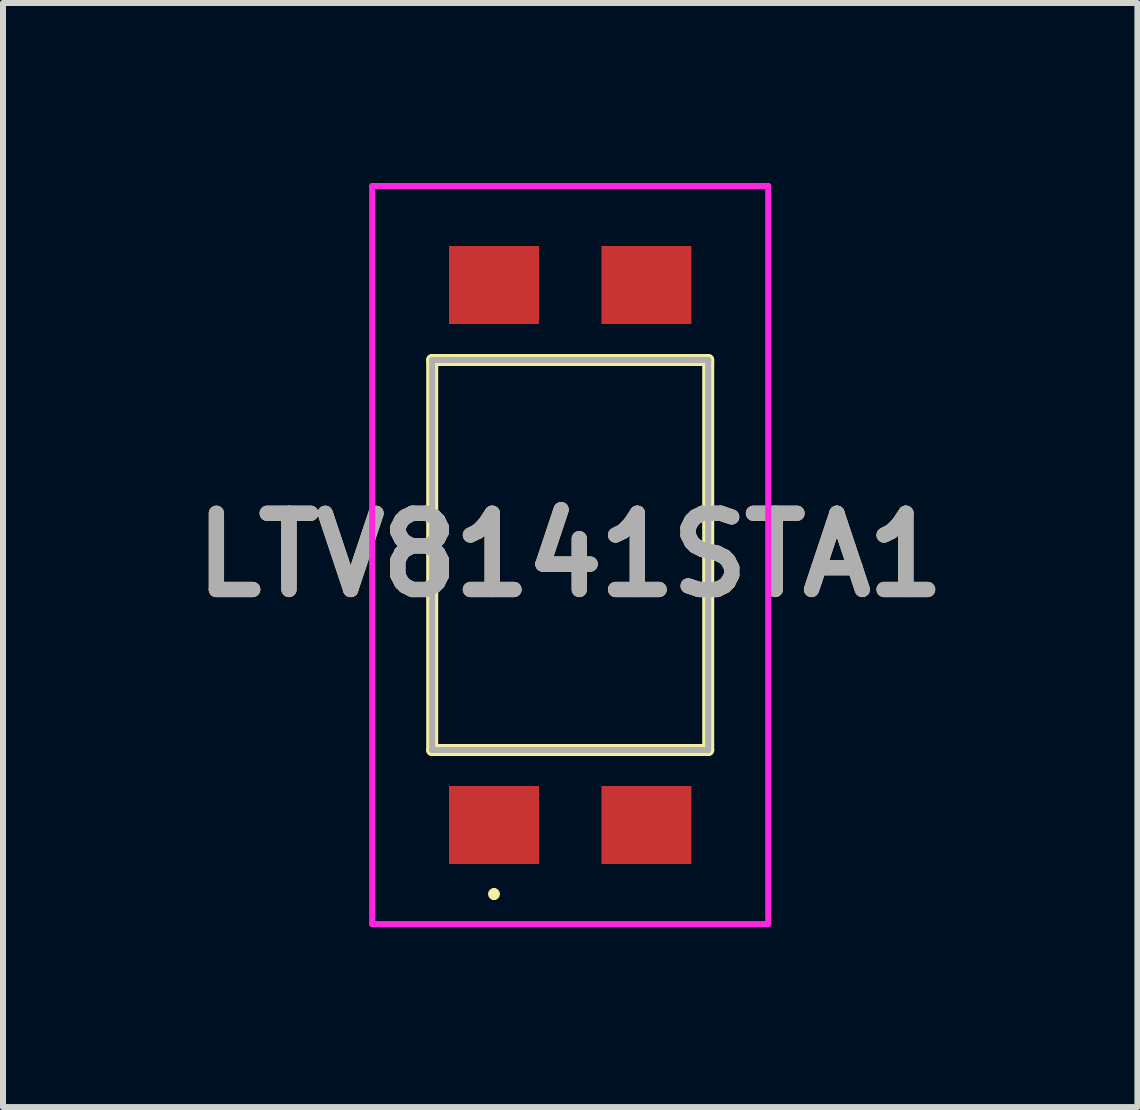
<source format=kicad_pcb>
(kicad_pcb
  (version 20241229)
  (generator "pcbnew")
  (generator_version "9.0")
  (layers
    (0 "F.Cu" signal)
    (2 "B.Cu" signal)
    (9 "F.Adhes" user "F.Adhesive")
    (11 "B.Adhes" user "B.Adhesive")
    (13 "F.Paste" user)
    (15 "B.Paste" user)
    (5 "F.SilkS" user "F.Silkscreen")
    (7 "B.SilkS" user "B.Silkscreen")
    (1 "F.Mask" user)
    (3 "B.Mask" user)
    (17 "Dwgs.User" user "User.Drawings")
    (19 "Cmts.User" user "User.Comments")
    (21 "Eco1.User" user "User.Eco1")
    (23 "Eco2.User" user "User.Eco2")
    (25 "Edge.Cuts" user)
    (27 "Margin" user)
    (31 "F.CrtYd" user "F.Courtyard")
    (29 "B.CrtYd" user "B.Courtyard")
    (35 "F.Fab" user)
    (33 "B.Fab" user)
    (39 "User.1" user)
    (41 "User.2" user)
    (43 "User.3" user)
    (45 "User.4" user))
  (footprint "LTV8141STA1"
    (layer "F.Cu")
    (at 6.453 6.2)
    (property "Reference" "LTV8141STA1" (at 0 0 0) (layer "F.SilkS") (effects (font (size 1.27 1.27) (thickness 0.254))))
    (attr smd)
    (fp_line (start -2.3 -3.25) (end 2.3 -3.25) (stroke (width 0.2) (type solid)) (layer "F.SilkS"))
    (fp_line (start -2.3 3.25) (end -2.3 -3.25) (stroke (width 0.2) (type solid)) (layer "F.SilkS"))
    (fp_line (start -1.27 5.6) (end -1.27 5.6) (stroke (width 0.1) (type solid)) (layer "F.SilkS"))
    (fp_line (start -1.27 5.7) (end -1.27 5.7) (stroke (width 0.1) (type solid)) (layer "F.SilkS"))
    (fp_line (start 2.3 -3.25) (end 2.3 3.25) (stroke (width 0.2) (type solid)) (layer "F.SilkS"))
    (fp_line (start 2.3 3.25) (end -2.3 3.25) (stroke (width 0.2) (type solid)) (layer "F.SilkS"))
    (fp_arc (start -1.27 5.6) (mid -1.22 5.65) (end -1.27 5.7) (stroke (width 0.1) (type solid)) (layer "F.SilkS"))
    (fp_arc (start -1.27 5.7) (mid -1.32 5.65) (end -1.27 5.6) (stroke (width 0.1) (type solid)) (layer "F.SilkS"))
    (fp_line (start -3.3 -6.15) (end 3.3 -6.15) (stroke (width 0.1) (type solid)) (layer "F.CrtYd"))
    (fp_line (start -3.3 6.15) (end -3.3 -6.15) (stroke (width 0.1) (type solid)) (layer "F.CrtYd"))
    (fp_line (start 3.3 -6.15) (end 3.3 6.15) (stroke (width 0.1) (type solid)) (layer "F.CrtYd"))
    (fp_line (start 3.3 6.15) (end -3.3 6.15) (stroke (width 0.1) (type solid)) (layer "F.CrtYd"))
    (fp_line (start -2.3 -3.25) (end 2.3 -3.25) (stroke (width 0.1) (type solid)) (layer "F.Fab"))
    (fp_line (start -2.3 3.25) (end -2.3 -3.25) (stroke (width 0.1) (type solid)) (layer "F.Fab"))
    (fp_line (start 2.3 -3.25) (end 2.3 3.25) (stroke (width 0.1) (type solid)) (layer "F.Fab"))
    (fp_line (start 2.3 3.25) (end -2.3 3.25) (stroke (width 0.1) (type solid)) (layer "F.Fab"))
    (fp_text user "${REFERENCE}" (at 0 0 0) (layer "F.Fab") (effects (font (size 1.27 1.27) (thickness 0.254))))
    (pad "1" smd rect (at -1.27 4.5 90) (size 1.3 1.5) (layers "F.Cu" "F.Mask" "F.Paste"))
    (pad "2" smd rect (at 1.27 4.5 90) (size 1.3 1.5) (layers "F.Cu" "F.Mask" "F.Paste"))
    (pad "3" smd rect (at 1.27 -4.5 90) (size 1.3 1.5) (layers "F.Cu" "F.Mask" "F.Paste"))
    (pad "4" smd rect (at -1.27 -4.5 90) (size 1.3 1.5) (layers "F.Cu" "F.Mask" "F.Paste")))
  (gr_rect
    (start -3 -3)
    (end 15.906 15.4)
    (stroke (width 0.1) (type default))
    (fill no)
    (layer "Edge.Cuts")))
</source>
